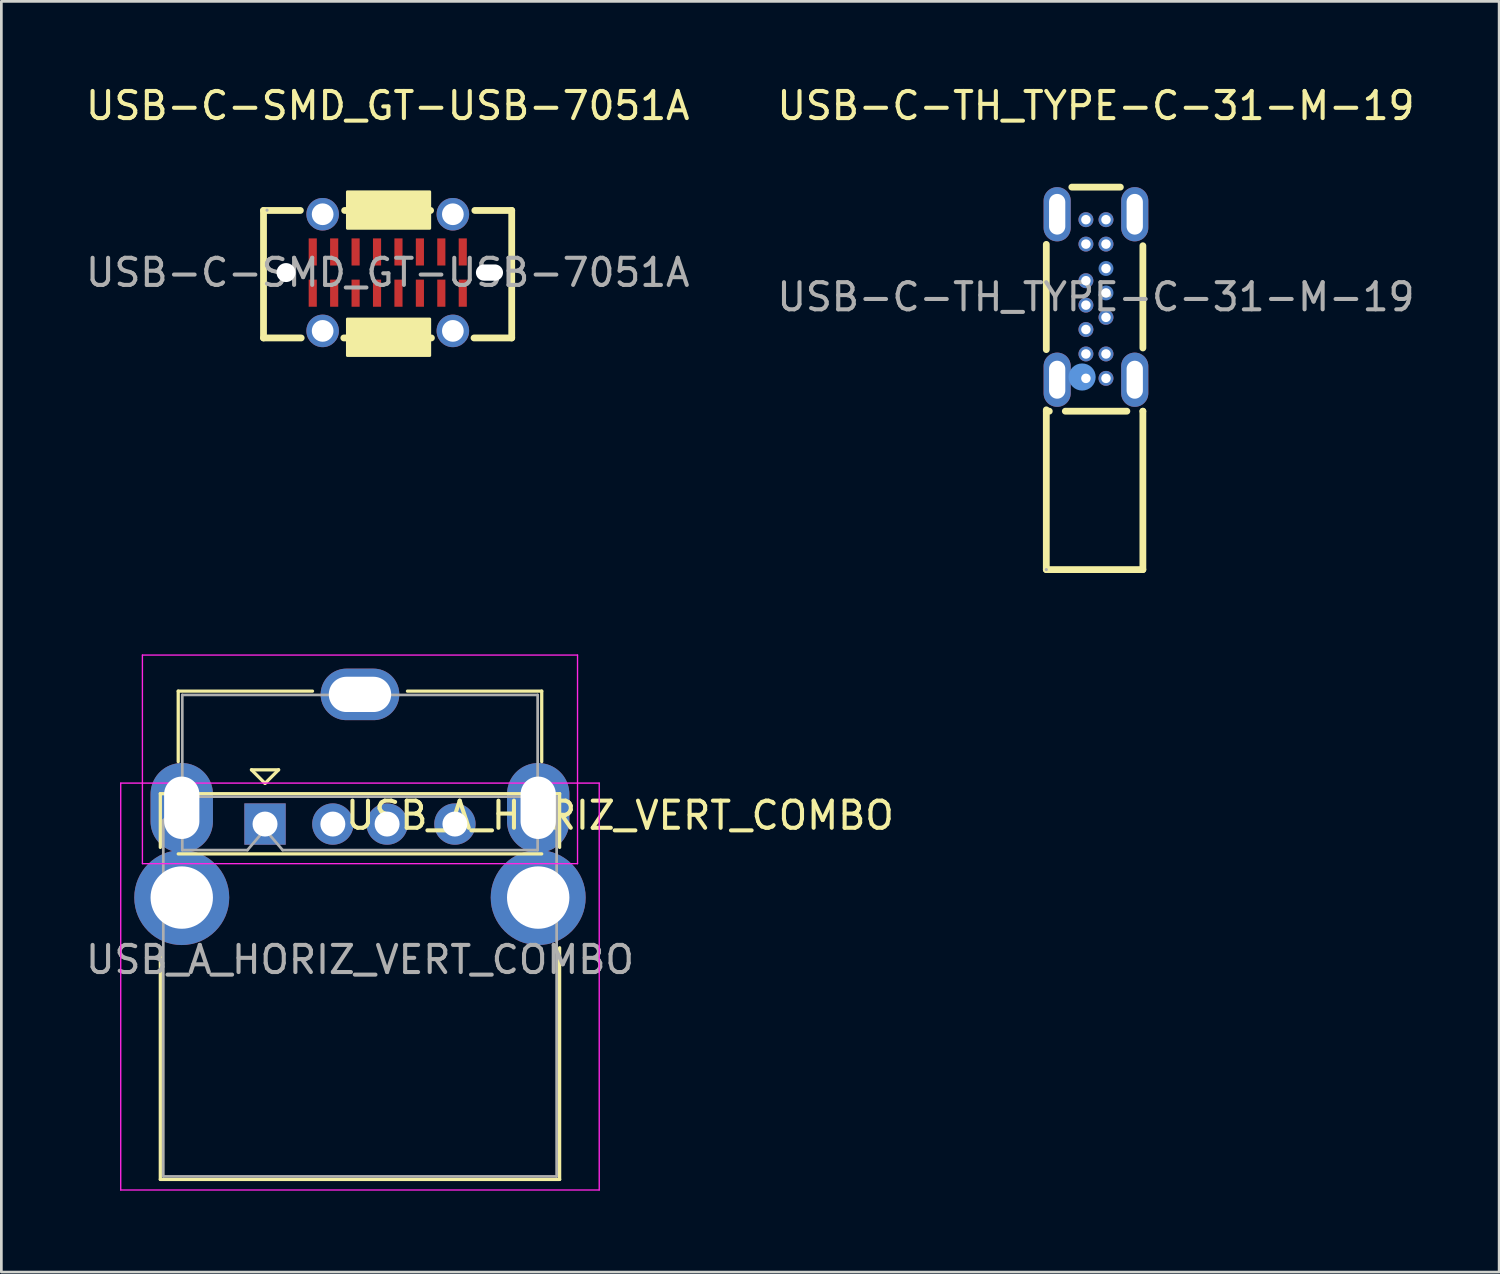
<source format=kicad_pcb>
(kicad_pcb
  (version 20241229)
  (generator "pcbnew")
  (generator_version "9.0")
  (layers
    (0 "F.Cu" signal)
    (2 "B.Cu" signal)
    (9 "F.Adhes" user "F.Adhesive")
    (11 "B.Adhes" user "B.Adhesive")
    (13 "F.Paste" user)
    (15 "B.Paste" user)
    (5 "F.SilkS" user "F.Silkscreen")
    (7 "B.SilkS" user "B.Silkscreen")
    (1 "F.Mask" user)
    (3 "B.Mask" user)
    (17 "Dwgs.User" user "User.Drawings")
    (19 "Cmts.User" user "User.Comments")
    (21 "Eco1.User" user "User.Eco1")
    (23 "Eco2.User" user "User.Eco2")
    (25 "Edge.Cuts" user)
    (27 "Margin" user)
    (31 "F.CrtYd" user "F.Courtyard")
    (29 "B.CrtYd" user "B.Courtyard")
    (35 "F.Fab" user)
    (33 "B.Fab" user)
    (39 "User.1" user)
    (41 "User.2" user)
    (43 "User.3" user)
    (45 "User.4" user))
  (footprint "USB_A_HORIZ_VERT_COMBO"
    (layer "F.Cu")
    (at 6.72 27.328)
    (property "Reference" "USB_A_HORIZ_VERT_COMBO" (at 13.081 -0.318 180) (layer "F.SilkS") (effects (font (size 1 1) (thickness 0.15))))
    (attr through_hole)
    (fp_line (start -3.86 -1.12) (end -3.86 0.86) (stroke (width 0.12) (type solid)) (layer "F.SilkS"))
    (fp_line (start -3.86 -1.12) (end 10.86 -1.12) (stroke (width 0.12) (type solid)) (layer "F.SilkS"))
    (fp_line (start -3.86 4.56) (end -3.86 13.1) (stroke (width 0.12) (type solid)) (layer "F.SilkS"))
    (fp_line (start -3.86 13.1) (end 10.86 13.1) (stroke (width 0.12) (type solid)) (layer "F.SilkS"))
    (fp_line (start -3.2 -4.9) (end -3.2 -2.3) (stroke (width 0.12) (type solid)) (layer "F.SilkS"))
    (fp_line (start -3.2 -4.9) (end 1.75 -4.9) (stroke (width 0.12) (type solid)) (layer "F.SilkS"))
    (fp_line (start -0.5 -2) (end 0 -1.5) (stroke (width 0.12) (type solid)) (layer "F.SilkS"))
    (fp_line (start 0 -1.5) (end 0.5 -2) (stroke (width 0.12) (type solid)) (layer "F.SilkS"))
    (fp_line (start 0.5 -2) (end -0.5 -2) (stroke (width 0.12) (type solid)) (layer "F.SilkS"))
    (fp_line (start 10.2 -4.9) (end 5.25 -4.9) (stroke (width 0.12) (type solid)) (layer "F.SilkS"))
    (fp_line (start 10.2 -4.9) (end 10.2 -2.3) (stroke (width 0.12) (type solid)) (layer "F.SilkS"))
    (fp_line (start 10.2 1.1) (end -3.2 1.1) (stroke (width 0.12) (type solid)) (layer "F.SilkS"))
    (fp_line (start 10.86 0.86) (end 10.86 -1.12) (stroke (width 0.12) (type solid)) (layer "F.SilkS"))
    (fp_line (start 10.86 4.56) (end 10.86 13.1) (stroke (width 0.12) (type solid)) (layer "F.SilkS"))
    (fp_line (start -5.32 -1.51) (end -5.32 13.49) (stroke (width 0.05) (type solid)) (layer "F.CrtYd"))
    (fp_line (start -5.32 -1.51) (end 12.32 -1.51) (stroke (width 0.05) (type solid)) (layer "F.CrtYd"))
    (fp_line (start -4.52 -6.23) (end 11.52 -6.23) (stroke (width 0.05) (type solid)) (layer "F.CrtYd"))
    (fp_line (start -4.52 1.46) (end -4.52 -6.23) (stroke (width 0.05) (type solid)) (layer "F.CrtYd"))
    (fp_line (start 11.52 -6.23) (end 11.52 1.46) (stroke (width 0.05) (type solid)) (layer "F.CrtYd"))
    (fp_line (start 11.52 1.46) (end -4.52 1.46) (stroke (width 0.05) (type solid)) (layer "F.CrtYd"))
    (fp_line (start 12.32 -1.51) (end 12.32 13.49) (stroke (width 0.05) (type solid)) (layer "F.CrtYd"))
    (fp_line (start 12.32 13.49) (end -5.32 13.49) (stroke (width 0.05) (type solid)) (layer "F.CrtYd"))
    (fp_line (start -3.75 -0.13) (end -3.75 12.99) (stroke (width 0.1) (type solid)) (layer "F.Fab"))
    (fp_line (start -3.75 12.99) (end 10.75 12.99) (stroke (width 0.1) (type solid)) (layer "F.Fab"))
    (fp_line (start -3.05 -4.76) (end 10.05 -4.76) (stroke (width 0.1) (type solid)) (layer "F.Fab"))
    (fp_line (start -3.05 0.96) (end -3.05 -4.76) (stroke (width 0.1) (type solid)) (layer "F.Fab"))
    (fp_line (start -2.87 -1.01) (end -3.75 -0.13) (stroke (width 0.1) (type solid)) (layer "F.Fab"))
    (fp_line (start -2.87 -1.01) (end 10.75 -1.01) (stroke (width 0.1) (type solid)) (layer "F.Fab"))
    (fp_line (start -0.65 0.96) (end -3.05 0.96) (stroke (width 0.1) (type solid)) (layer "F.Fab"))
    (fp_line (start -0.65 0.96) (end 0 0.2) (stroke (width 0.1) (type solid)) (layer "F.Fab"))
    (fp_line (start 0 0.2) (end 0.65 0.96) (stroke (width 0.1) (type solid)) (layer "F.Fab"))
    (fp_line (start 10.05 -4.76) (end 10.05 0.96) (stroke (width 0.1) (type solid)) (layer "F.Fab"))
    (fp_line (start 10.05 0.96) (end 0.65 0.96) (stroke (width 0.1) (type solid)) (layer "F.Fab"))
    (fp_line (start 10.75 -1.01) (end 10.75 12.99) (stroke (width 0.1) (type solid)) (layer "F.Fab"))
    (fp_text user "${REFERENCE}" (at 3.5 5 180) (layer "F.Fab") (effects (font (size 1 1) (thickness 0.15))))
    (pad "1" thru_hole rect (at 0 0) (size 1.524 1.524) (drill 0.92) (layers "*.Cu" "*.Mask"))
    (pad "2" thru_hole circle (at 2.5 0) (size 1.524 1.524) (drill 0.92) (layers "*.Cu" "*.Mask"))
    (pad "3" thru_hole circle (at 4.5 0) (size 1.524 1.524) (drill 0.92) (layers "*.Cu" "*.Mask"))
    (pad "4" thru_hole circle (at 7 0) (size 1.524 1.524) (drill 0.92) (layers "*.Cu" "*.Mask"))
    (pad "5" thru_hole oval (at -3.07 -0.6 180) (size 2.3 3.3) (drill oval 1.3 2.3) (layers "*.Cu" "*.Mask"))
    (pad "5" thru_hole circle (at -3.07 2.71) (size 3.5 3.5) (drill 2.3) (layers "*.Cu" "*.Mask"))
    (pad "5" thru_hole oval (at 3.5 -4.78 90) (size 1.9 2.9) (drill oval 1.3 2.3) (layers "*.Cu" "*.Mask"))
    (pad "5" thru_hole oval (at 10.07 -0.6) (size 2.3 3.3) (drill oval 1.3 2.3) (layers "*.Cu" "*.Mask"))
    (pad "5" thru_hole circle (at 10.07 2.71) (size 3.5 3.5) (drill 2.3) (layers "*.Cu" "*.Mask")))
  (footprint "USB-C-TH_TYPE-C-31-M-19"
    (layer "F.Cu")
    (at 37.351 7.898)
    (property "Reference" "USB-C-TH_TYPE-C-31-M-19" (at 0 -7.05 0) (layer "F.SilkS") (effects (font (size 1 1) (thickness 0.15))))
    (attr through_hole)
    (fp_line (start -1.83 1.94) (end -1.83 -1.94) (stroke (width 0.25) (type solid)) (layer "F.SilkS"))
    (fp_line (start -1.83 10.05) (end -1.83 4.16) (stroke (width 0.25) (type solid)) (layer "F.SilkS"))
    (fp_line (start -1.83 10.05) (end 1.73 10.05) (stroke (width 0.25) (type solid)) (layer "F.SilkS"))
    (fp_line (start -1.72 4.21) (end -1.83 4.21) (stroke (width 0.25) (type solid)) (layer "F.SilkS"))
    (fp_line (start 0.9 -4.05) (end -0.89 -4.05) (stroke (width 0.25) (type solid)) (layer "F.SilkS"))
    (fp_line (start 1.14 4.21) (end -1.13 4.21) (stroke (width 0.25) (type solid)) (layer "F.SilkS"))
    (fp_line (start 1.73 1.88) (end 1.73 -1.89) (stroke (width 0.25) (type solid)) (layer "F.SilkS"))
    (fp_line (start 1.73 4.21) (end 1.73 4.21) (stroke (width 0.25) (type solid)) (layer "F.SilkS"))
    (fp_line (start 1.73 10.05) (end 1.73 4.21) (stroke (width 0.25) (type solid)) (layer "F.SilkS"))
    (fp_circle (center -0.51 2.95) (end -0.26 2.95) (stroke (width 0.5) (type solid)) (fill no) (layer "Cmts.User"))
    (fp_circle (center -1.83 10.05) (end -1.8 10.05) (stroke (width 0.06) (type solid)) (fill no) (layer "F.Fab"))
    (fp_text user "${REFERENCE}" (at 0 0 0) (layer "F.Fab") (effects (font (size 1 1) (thickness 0.15))))
    (pad "A1" thru_hole circle (at -0.37 3 270) (size 0.55 0.55) (drill 0.35) (layers "*.Cu" "*.Paste" "*.Mask"))
    (pad "A4" thru_hole circle (at -0.37 2.1 270) (size 0.55 0.55) (drill 0.35) (layers "*.Cu" "*.Paste" "*.Mask"))
    (pad "A5" thru_hole circle (at -0.37 1.2 270) (size 0.55 0.55) (drill 0.35) (layers "*.Cu" "*.Paste" "*.Mask"))
    (pad "A6" thru_hole circle (at -0.37 0.3 270) (size 0.55 0.55) (drill 0.35) (layers "*.Cu" "*.Paste" "*.Mask"))
    (pad "A7" thru_hole circle (at -0.37 -0.6 270) (size 0.55 0.55) (drill 0.35) (layers "*.Cu" "*.Paste" "*.Mask"))
    (pad "A9" thru_hole circle (at -0.37 -1.95 270) (size 0.55 0.55) (drill 0.35) (layers "*.Cu" "*.Paste" "*.Mask"))
    (pad "A12" thru_hole circle (at -0.37 -2.85 270) (size 0.55 0.55) (drill 0.35) (layers "*.Cu" "*.Paste" "*.Mask"))
    (pad "B1" thru_hole circle (at 0.37 -2.85 270) (size 0.55 0.55) (drill 0.35) (layers "*.Cu" "*.Paste" "*.Mask"))
    (pad "B4" thru_hole circle (at 0.37 -1.95 270) (size 0.55 0.55) (drill 0.35) (layers "*.Cu" "*.Paste" "*.Mask"))
    (pad "B5" thru_hole circle (at 0.37 -1.05 270) (size 0.45 0.45) (drill 0.35) (layers "*.Cu" "*.Paste" "*.Mask"))
    (pad "B5" smd circle (at 0.37 -1.05) (size 0.55 0.55) (layers "B.Cu" "B.Mask"))
    (pad "B6" thru_hole circle (at 0.37 -0.15 270) (size 0.45 0.45) (drill 0.35) (layers "*.Cu" "*.Paste" "*.Mask"))
    (pad "B6" smd circle (at 0.37 -0.15) (size 0.55 0.55) (layers "B.Cu" "B.Mask"))
    (pad "B7" thru_hole circle (at 0.37 0.75 270) (size 0.55 0.55) (drill 0.35) (layers "*.Cu" "*.Paste" "*.Mask"))
    (pad "B9" thru_hole circle (at 0.37 2.1 270) (size 0.55 0.55) (drill 0.35) (layers "*.Cu" "*.Paste" "*.Mask"))
    (pad "B12" thru_hole circle (at 0.37 3 270) (size 0.55 0.55) (drill 0.35) (layers "*.Cu" "*.Paste" "*.Mask"))
    (pad "S1" thru_hole oval (at -1.43 -3.05) (size 1 2) (drill oval 0.6 1.5) (layers "*.Cu" "*.Paste" "*.Mask"))
    (pad "S1" thru_hole oval (at -1.43 3.05) (size 1 2) (drill oval 0.6 1.4) (layers "*.Cu" "*.Paste" "*.Mask"))
    (pad "S1" thru_hole oval (at 1.43 -3.05) (size 1 2) (drill oval 0.6 1.5) (layers "*.Cu" "*.Paste" "*.Mask"))
    (pad "S1" thru_hole oval (at 1.43 3.05) (size 1 2) (drill oval 0.6 1.4) (layers "*.Cu" "*.Paste" "*.Mask")))
  (footprint "USB-C-SMD_GT-USB-7051A"
    (layer "F.Cu")
    (at 11.244 6.998)
    (property "Reference" "USB-C-SMD_GT-USB-7051A" (at 0 -6.15 0) (layer "F.SilkS") (effects (font (size 1 1) (thickness 0.15))))
    (attr smd)
    (fp_line (start -4.58 -2.29) (end -4.58 2.41) (stroke (width 0.25) (type solid)) (layer "F.SilkS"))
    (fp_line (start -4.58 2.41) (end -3.19 2.41) (stroke (width 0.25) (type solid)) (layer "F.SilkS"))
    (fp_line (start -3.22 -2.29) (end -4.58 -2.29) (stroke (width 0.25) (type solid)) (layer "F.SilkS"))
    (fp_line (start -1.62 2.41) (end 1.61 2.41) (stroke (width 0.25) (type solid)) (layer "F.SilkS"))
    (fp_line (start 1.58 -2.29) (end -1.59 -2.29) (stroke (width 0.25) (type solid)) (layer "F.SilkS"))
    (fp_line (start 3.18 2.41) (end 4.57 2.41) (stroke (width 0.25) (type solid)) (layer "F.SilkS"))
    (fp_line (start 4.57 -2.29) (end 3.21 -2.29) (stroke (width 0.25) (type solid)) (layer "F.SilkS"))
    (fp_line (start 4.57 2.41) (end 4.57 -2.29) (stroke (width 0.25) (type solid)) (layer "F.SilkS"))
    (fp_poly (pts (xy 1.55 -1.63) (xy -1.49 -1.63) (xy -1.49 -2.98) (xy 1.55 -2.98)) (stroke (width 0.1) (type solid)) (fill yes) (layer "F.SilkS"))
    (fp_poly (pts (xy 1.55 3.06) (xy -1.49 3.06) (xy -1.49 1.71) (xy 1.55 1.71)) (stroke (width 0.1) (type solid)) (fill yes) (layer "F.SilkS"))
    (fp_circle (center -2.4 -2.15) (end -2.1 -2.15) (stroke (width 0.6) (type solid)) (fill no) (layer "F.Paste"))
    (fp_circle (center -2.4 2.15) (end -2.1 2.15) (stroke (width 0.6) (type solid)) (fill no) (layer "F.Paste"))
    (fp_circle (center 2.4 -2.15) (end 2.7 -2.15) (stroke (width 0.6) (type solid)) (fill no) (layer "F.Paste"))
    (fp_circle (center 2.4 2.15) (end 2.7 2.15) (stroke (width 0.6) (type solid)) (fill no) (layer "F.Paste"))
    (fp_circle (center -4.45 -2.3) (end -4.42 -2.3) (stroke (width 0.06) (type solid)) (fill no) (layer "F.Fab"))
    (fp_text user "${REFERENCE}" (at 0 0 0) (layer "F.Fab") (effects (font (size 1 1) (thickness 0.15))))
    (pad "" np_thru_hole circle (at -3.75 0) (size 0.7 0.7) (drill 0.7) (layers "*.Cu" "*.Mask"))
    (pad "" np_thru_hole oval (at 3.75 0) (size 1 0.6) (drill oval 1 0.6) (layers "*.Cu" "*.Mask"))
    (pad "A1" smd rect (at -2.765 -0.76) (size 0.3 1) (layers "F.Cu" "F.Mask" "F.Paste"))
    (pad "A4" smd rect (at -1.975 -0.76) (size 0.3 1) (layers "F.Cu" "F.Mask" "F.Paste"))
    (pad "A5" smd rect (at -1.185 -0.76) (size 0.3 1) (layers "F.Cu" "F.Mask" "F.Paste"))
    (pad "A6" smd rect (at -0.395 -0.76) (size 0.3 1) (layers "F.Cu" "F.Mask" "F.Paste"))
    (pad "A7" smd rect (at 0.395 -0.76) (size 0.3 1) (layers "F.Cu" "F.Mask" "F.Paste"))
    (pad "A8" smd rect (at 1.185 -0.76) (size 0.3 1) (layers "F.Cu" "F.Mask" "F.Paste"))
    (pad "A9" smd rect (at 1.975 -0.76) (size 0.3 1) (layers "F.Cu" "F.Mask" "F.Paste"))
    (pad "A12" smd rect (at 2.765 -0.76) (size 0.3 1) (layers "F.Cu" "F.Mask" "F.Paste"))
    (pad "B1" smd rect (at 2.765 0.76) (size 0.3 1) (layers "F.Cu" "F.Mask" "F.Paste"))
    (pad "B4" smd rect (at 1.975 0.76) (size 0.3 1) (layers "F.Cu" "F.Mask" "F.Paste"))
    (pad "B5" smd rect (at 1.185 0.76) (size 0.3 1) (layers "F.Cu" "F.Mask" "F.Paste"))
    (pad "B6" smd rect (at 0.395 0.76) (size 0.3 1) (layers "F.Cu" "F.Mask" "F.Paste"))
    (pad "B7" smd rect (at -0.395 0.76) (size 0.3 1) (layers "F.Cu" "F.Mask" "F.Paste"))
    (pad "B8" smd rect (at -1.185 0.76) (size 0.3 1) (layers "F.Cu" "F.Mask" "F.Paste"))
    (pad "B9" smd rect (at -1.975 0.76) (size 0.3 1) (layers "F.Cu" "F.Mask" "F.Paste"))
    (pad "B12" smd rect (at -2.765 0.76) (size 0.3 1) (layers "F.Cu" "F.Mask" "F.Paste"))
    (pad "S1" thru_hole circle (at -2.4 -2.15) (size 1.2 1.2) (drill 0.8) (layers "*.Cu" "*.Paste" "*.Mask"))
    (pad "S1" thru_hole circle (at -2.4 2.15) (size 1.2 1.2) (drill 0.8) (layers "*.Cu" "*.Paste" "*.Mask"))
    (pad "S1" thru_hole circle (at 2.4 -2.15) (size 1.2 1.2) (drill 0.8) (layers "*.Cu" "*.Paste" "*.Mask"))
    (pad "S1" thru_hole circle (at 2.4 2.15 90) (size 1.2 1.2) (drill 0.8) (layers "*.Cu" "*.Paste" "*.Mask")))
  (gr_rect
    (start -3 -3)
    (end 52.214 43.843)
    (stroke (width 0.1) (type default))
    (fill no)
    (layer "Edge.Cuts")))
</source>
